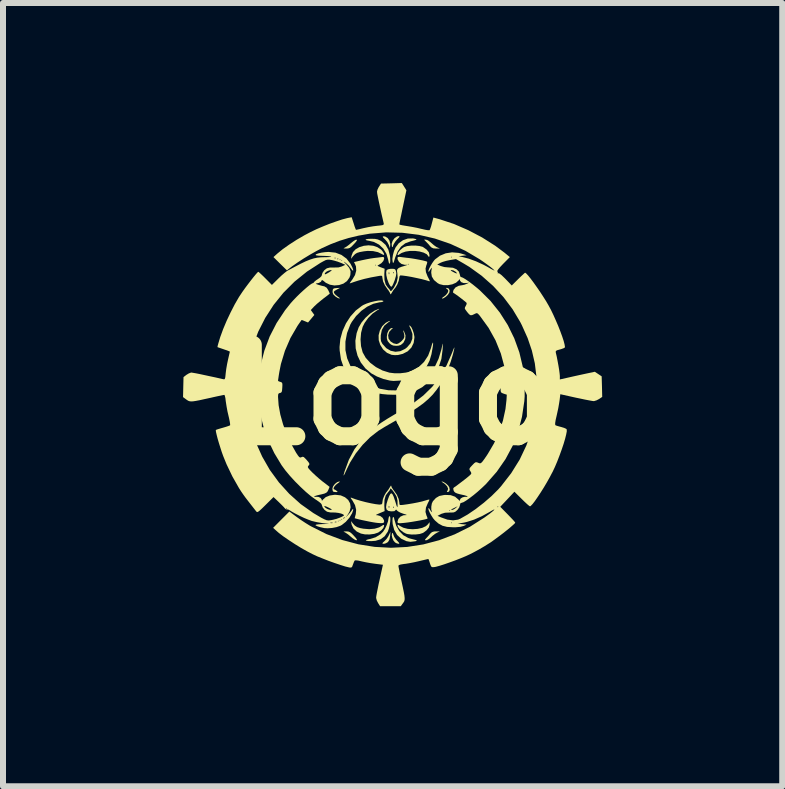
<source format=kicad_pcb>
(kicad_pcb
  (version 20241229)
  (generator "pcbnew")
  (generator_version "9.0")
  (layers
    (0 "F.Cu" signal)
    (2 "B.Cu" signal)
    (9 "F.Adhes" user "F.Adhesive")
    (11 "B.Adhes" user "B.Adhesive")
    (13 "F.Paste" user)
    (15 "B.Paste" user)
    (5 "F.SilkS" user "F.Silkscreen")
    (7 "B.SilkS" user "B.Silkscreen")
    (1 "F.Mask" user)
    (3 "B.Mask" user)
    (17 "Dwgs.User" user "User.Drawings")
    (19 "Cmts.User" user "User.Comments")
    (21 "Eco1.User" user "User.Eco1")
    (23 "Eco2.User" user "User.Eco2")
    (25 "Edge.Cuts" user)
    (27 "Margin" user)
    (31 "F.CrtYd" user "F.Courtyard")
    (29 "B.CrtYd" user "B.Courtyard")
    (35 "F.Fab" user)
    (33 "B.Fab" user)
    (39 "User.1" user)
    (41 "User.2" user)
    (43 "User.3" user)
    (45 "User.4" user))
  (footprint "Logo"
    (layer "F.Cu")
    (at 3.485 3.53)
    (property "Reference" "Logo" (at 0 0 0) (layer "F.SilkS") (effects (font (size 1.524 1.524) (thickness 0.3))))
    (attr board_only exclude_from_pos_files exclude_from_bom)
    (fp_poly (pts (xy -0.113 -2.637) (xy -0.074 -2.613) (xy -0.045 -2.57) (xy -0.032 -2.515) (xy -0.033 -2.492) (xy -0.037 -2.445) (xy -0.057 -2.5) (xy -0.082 -2.548) (xy -0.118 -2.59) (xy -0.122 -2.594) (xy -0.152 -2.624) (xy -0.157 -2.64) (xy -0.135 -2.642)) (stroke (width 0) (type solid)) (fill yes) (layer "F.SilkS"))
    (fp_poly (pts (xy -0.035 2.355) (xy -0.046 2.413) (xy -0.068 2.449) (xy -0.074 2.455) (xy -0.105 2.473) (xy -0.136 2.482) (xy -0.159 2.48) (xy -0.163 2.473) (xy -0.153 2.459) (xy -0.127 2.436) (xy -0.124 2.433) (xy -0.093 2.4) (xy -0.063 2.355) (xy -0.057 2.342) (xy -0.028 2.281)) (stroke (width 0) (type solid)) (fill yes) (layer "F.SilkS"))
    (fp_poly (pts (xy 0.123 -2.642) (xy 0.118 -2.629) (xy 0.094 -2.602) (xy 0.084 -2.593) (xy 0.05 -2.552) (xy 0.024 -2.509) (xy 0.018 -2.493) (xy 0.008 -2.464) (xy 0.000007 -2.463) (xy -0.004 -2.47) (xy -0.008 -2.517) (xy 0.008 -2.567) (xy 0.039 -2.61) (xy 0.08 -2.639) (xy 0.11 -2.646)) (stroke (width 0) (type solid)) (fill yes) (layer "F.SilkS"))
    (fp_poly (pts (xy 0.594 -2.576) (xy 0.632 -2.549) (xy 0.652 -2.532) (xy 0.693 -2.496) (xy 0.735 -2.466) (xy 0.751 -2.458) (xy 0.795 -2.439) (xy 0.731 -2.438) (xy 0.684 -2.442) (xy 0.652 -2.458) (xy 0.634 -2.476) (xy 0.599 -2.517) (xy 0.566 -2.551) (xy 0.531 -2.586) (xy 0.564 -2.586)) (stroke (width 0) (type solid)) (fill yes) (layer "F.SilkS"))
    (fp_poly (pts (xy 0.017 2.318) (xy 0.02 2.331) (xy 0.035 2.368) (xy 0.065 2.411) (xy 0.082 2.429) (xy 0.111 2.461) (xy 0.12 2.477) (xy 0.109 2.482) (xy 0.108 2.482) (xy 0.075 2.474) (xy 0.048 2.459) (xy 0.022 2.429) (xy 0.003 2.385) (xy -0.007 2.34) (xy -0.002 2.307) (xy 0.008 2.299)) (stroke (width 0) (type solid)) (fill yes) (layer "F.SilkS"))
    (fp_poly (pts (xy 0.795 2.275) (xy 0.751 2.295) (xy 0.713 2.317) (xy 0.67 2.351) (xy 0.652 2.368) (xy 0.615 2.4) (xy 0.581 2.419) (xy 0.567 2.423) (xy 0.547 2.421) (xy 0.547 2.413) (xy 0.566 2.39) (xy 0.569 2.387) (xy 0.604 2.349) (xy 0.634 2.313) (xy 0.663 2.287) (xy 0.699 2.276) (xy 0.731 2.275)) (stroke (width 0) (type solid)) (fill yes) (layer "F.SilkS"))
    (fp_poly (pts (xy 0.857 1.452) (xy 0.896 1.477) (xy 0.931 1.509) (xy 0.951 1.538) (xy 0.959 1.58) (xy 0.949 1.61) (xy 0.925 1.62) (xy 0.911 1.616) (xy 0.92 1.6) (xy 0.922 1.597) (xy 0.932 1.565) (xy 0.917 1.526) (xy 0.882 1.488) (xy 0.859 1.471) (xy 0.832 1.453) (xy 0.823 1.443) (xy 0.825 1.442)) (stroke (width 0) (type solid)) (fill yes) (layer "F.SilkS"))
    (fp_poly (pts (xy -0.731 2.277) (xy -0.703 2.288) (xy -0.673 2.312) (xy -0.638 2.348) (xy -0.603 2.388) (xy -0.587 2.412) (xy -0.59 2.421) (xy -0.597 2.423) (xy -0.623 2.413) (xy -0.66 2.388) (xy -0.689 2.364) (xy -0.731 2.328) (xy -0.77 2.301) (xy -0.789 2.29) (xy -0.809 2.281) (xy -0.805 2.277) (xy -0.776 2.275) (xy -0.765 2.275)) (stroke (width 0) (type solid)) (fill yes) (layer "F.SilkS"))
    (fp_poly (pts (xy -0.586 -2.582) (xy -0.592 -2.566) (xy -0.617 -2.534) (xy -0.638 -2.512) (xy -0.677 -2.471) (xy -0.706 -2.449) (xy -0.735 -2.44) (xy -0.765 -2.438) (xy -0.801 -2.44) (xy -0.81 -2.443) (xy -0.795 -2.451) (xy -0.789 -2.454) (xy -0.758 -2.472) (xy -0.717 -2.503) (xy -0.689 -2.527) (xy -0.649 -2.559) (xy -0.615 -2.581) (xy -0.597 -2.586)) (stroke (width 0) (type solid)) (fill yes) (layer "F.SilkS"))
    (fp_poly (pts (xy 0.942 -1.772) (xy 0.958 -1.741) (xy 0.953 -1.706) (xy 0.929 -1.668) (xy 0.893 -1.634) (xy 0.855 -1.61) (xy 0.834 -1.605) (xy 0.829 -1.611) (xy 0.847 -1.628) (xy 0.859 -1.635) (xy 0.896 -1.665) (xy 0.923 -1.7) (xy 0.925 -1.703) (xy 0.935 -1.734) (xy 0.926 -1.754) (xy 0.914 -1.763) (xy 0.897 -1.778) (xy 0.904 -1.783) (xy 0.909 -1.783)) (stroke (width 0) (type solid)) (fill yes) (layer "F.SilkS"))
    (fp_poly (pts (xy -0.873 1.448) (xy -0.891 1.464) (xy -0.902 1.471) (xy -0.937 1.498) (xy -0.963 1.528) (xy -0.977 1.554) (xy -0.973 1.571) (xy -0.97 1.572) (xy -0.947 1.584) (xy -0.927 1.598) (xy -0.909 1.613) (xy -0.916 1.619) (xy -0.938 1.62) (xy -0.97 1.616) (xy -0.986 1.61) (xy -0.993 1.589) (xy -0.996 1.559) (xy -0.984 1.522) (xy -0.954 1.484) (xy -0.916 1.454) (xy -0.879 1.442)) (stroke (width 0) (type solid)) (fill yes) (layer "F.SilkS"))
    (fp_poly (pts (xy -0.925 -1.753) (xy -0.96 -1.732) (xy -0.972 -1.716) (xy -0.967 -1.696) (xy -0.965 -1.693) (xy -0.942 -1.665) (xy -0.906 -1.637) (xy -0.902 -1.634) (xy -0.876 -1.615) (xy -0.875 -1.606) (xy -0.879 -1.605) (xy -0.906 -1.614) (xy -0.942 -1.637) (xy -0.951 -1.644) (xy -0.983 -1.677) (xy -0.993 -1.71) (xy -0.993 -1.73) (xy -0.987 -1.76) (xy -0.972 -1.774) (xy -0.937 -1.779) (xy -0.929 -1.78) (xy -0.869 -1.783)) (stroke (width 0) (type solid)) (fill yes) (layer "F.SilkS"))
    (fp_poly (pts (xy 0.372 -2.602) (xy 0.398 -2.595) (xy 0.406 -2.588) (xy 0.392 -2.581) (xy 0.354 -2.57) (xy 0.305 -2.558) (xy 0.217 -2.525) (xy 0.147 -2.47) (xy 0.092 -2.392) (xy 0.05 -2.289) (xy 0.044 -2.268) (xy 0.03 -2.221) (xy 0.02 -2.199) (xy 0.013 -2.2) (xy 0.009 -2.211) (xy 0.003 -2.262) (xy 0.012 -2.328) (xy 0.031 -2.399) (xy 0.057 -2.457) (xy 0.11 -2.527) (xy 0.18 -2.577) (xy 0.261 -2.605) (xy 0.347 -2.607)) (stroke (width 0) (type solid)) (fill yes) (layer "F.SilkS"))
    (fp_poly (pts (xy -0.284 -2.599) (xy -0.24 -2.59) (xy -0.199 -2.572) (xy -0.176 -2.558) (xy -0.109 -2.499) (xy -0.063 -2.419) (xy -0.037 -2.317) (xy -0.033 -2.28) (xy -0.032 -2.227) (xy -0.036 -2.194) (xy -0.044 -2.184) (xy -0.055 -2.199) (xy -0.065 -2.242) (xy -0.065 -2.246) (xy -0.095 -2.349) (xy -0.147 -2.436) (xy -0.219 -2.504) (xy -0.307 -2.549) (xy -0.379 -2.566) (xy -0.425 -2.575) (xy -0.444 -2.584) (xy -0.435 -2.593) (xy -0.4 -2.599) (xy -0.345 -2.601)) (stroke (width 0) (type solid)) (fill yes) (layer "F.SilkS"))
    (fp_poly (pts (xy 0.032 2.055) (xy 0.036 2.075) (xy 0.068 2.182) (xy 0.119 2.271) (xy 0.186 2.339) (xy 0.267 2.384) (xy 0.294 2.393) (xy 0.356 2.409) (xy 0.394 2.419) (xy 0.41 2.426) (xy 0.41 2.431) (xy 0.396 2.436) (xy 0.386 2.439) (xy 0.303 2.449) (xy 0.238 2.438) (xy 0.151 2.397) (xy 0.082 2.334) (xy 0.034 2.251) (xy 0.008 2.15) (xy 0.008 2.146) (xy 0.005 2.097) (xy 0.007 2.059) (xy 0.013 2.037) (xy 0.022 2.034)) (stroke (width 0) (type solid)) (fill yes) (layer "F.SilkS"))
    (fp_poly (pts (xy -0.317 -2.485) (xy -0.246 -2.461) (xy -0.185 -2.421) (xy -0.165 -2.399) (xy -0.14 -2.361) (xy -0.133 -2.337) (xy -0.145 -2.332) (xy -0.174 -2.347) (xy -0.175 -2.348) (xy -0.237 -2.378) (xy -0.319 -2.396) (xy -0.411 -2.399) (xy -0.472 -2.392) (xy -0.539 -2.38) (xy -0.585 -2.366) (xy -0.618 -2.346) (xy -0.646 -2.317) (xy -0.654 -2.308) (xy -0.686 -2.267) (xy -0.677 -2.319) (xy -0.654 -2.378) (xy -0.608 -2.427) (xy -0.546 -2.462) (xy -0.473 -2.484) (xy -0.395 -2.492)) (stroke (width 0) (type solid)) (fill yes) (layer "F.SilkS"))
    (fp_poly (pts (xy -0.654 2.144) (xy -0.621 2.18) (xy -0.583 2.204) (xy -0.533 2.22) (xy -0.479 2.23) (xy -0.383 2.238) (xy -0.292 2.23) (xy -0.217 2.208) (xy -0.185 2.19) (xy -0.153 2.17) (xy -0.138 2.166) (xy -0.134 2.178) (xy -0.134 2.182) (xy -0.147 2.218) (xy -0.18 2.256) (xy -0.228 2.291) (xy -0.238 2.296) (xy -0.298 2.316) (xy -0.374 2.326) (xy -0.453 2.325) (xy -0.521 2.311) (xy -0.591 2.277) (xy -0.644 2.227) (xy -0.674 2.167) (xy -0.677 2.155) (xy -0.686 2.103)) (stroke (width 0) (type solid)) (fill yes) (layer "F.SilkS"))
    (fp_poly (pts (xy 0.624 2.165) (xy 0.611 2.21) (xy 0.574 2.256) (xy 0.521 2.296) (xy 0.509 2.302) (xy 0.46 2.318) (xy 0.393 2.326) (xy 0.322 2.327) (xy 0.258 2.32) (xy 0.23 2.312) (xy 0.183 2.287) (xy 0.139 2.252) (xy 0.105 2.214) (xy 0.09 2.181) (xy 0.089 2.176) (xy 0.093 2.163) (xy 0.109 2.169) (xy 0.127 2.183) (xy 0.186 2.214) (xy 0.26 2.233) (xy 0.342 2.239) (xy 0.425 2.233) (xy 0.501 2.216) (xy 0.562 2.188) (xy 0.594 2.159) (xy 0.624 2.121)) (stroke (width 0) (type solid)) (fill yes) (layer "F.SilkS"))
    (fp_poly (pts (xy -0.033 2.034) (xy -0.03 2.069) (xy -0.033 2.117) (xy -0.042 2.173) (xy -0.055 2.228) (xy -0.071 2.275) (xy -0.075 2.282) (xy -0.125 2.356) (xy -0.192 2.406) (xy -0.277 2.432) (xy -0.346 2.437) (xy -0.395 2.436) (xy -0.429 2.431) (xy -0.44 2.425) (xy -0.44 2.425) (xy -0.421 2.414) (xy -0.385 2.404) (xy -0.371 2.402) (xy -0.276 2.373) (xy -0.194 2.323) (xy -0.152 2.281) (xy -0.12 2.232) (xy -0.091 2.17) (xy -0.069 2.107) (xy -0.06 2.054) (xy -0.059 2.049) (xy -0.052 2.026) (xy -0.043 2.021)) (stroke (width 0) (type solid)) (fill yes) (layer "F.SilkS"))
    (fp_poly (pts (xy 0.454 -2.481) (xy 0.507 -2.467) (xy 0.513 -2.464) (xy 0.573 -2.422) (xy 0.611 -2.376) (xy 0.622 -2.328) (xy 0.622 -2.324) (xy 0.617 -2.298) (xy 0.61 -2.299) (xy 0.606 -2.307) (xy 0.577 -2.343) (xy 0.525 -2.37) (xy 0.457 -2.389) (xy 0.38 -2.399) (xy 0.301 -2.399) (xy 0.225 -2.388) (xy 0.16 -2.366) (xy 0.13 -2.348) (xy 0.102 -2.33) (xy 0.09 -2.332) (xy 0.089 -2.338) (xy 0.101 -2.371) (xy 0.13 -2.409) (xy 0.171 -2.445) (xy 0.198 -2.463) (xy 0.247 -2.479) (xy 0.314 -2.487) (xy 0.387 -2.488)) (stroke (width 0) (type solid)) (fill yes) (layer "F.SilkS"))
    (fp_poly (pts (xy 0.011 -1.112) (xy 0.000103 -1.1) (xy -0.01 -1.093) (xy -0.049 -1.049) (xy -0.067 -0.994) (xy -0.06 -0.938) (xy -0.059 -0.936) (xy -0.026 -0.89) (xy 0.024 -0.858) (xy 0.075 -0.847) (xy 0.104 -0.857) (xy 0.141 -0.883) (xy 0.159 -0.899) (xy 0.19 -0.934) (xy 0.203 -0.965) (xy 0.202 -1.003) (xy 0.187 -1.058) (xy 0.186 -1.063) (xy 0.183 -1.077) (xy 0.193 -1.065) (xy 0.199 -1.055) (xy 0.222 -0.993) (xy 0.218 -0.93) (xy 0.19 -0.873) (xy 0.179 -0.861) (xy 0.144 -0.832) (xy 0.106 -0.82) (xy 0.067 -0.817) (xy 0.017 -0.822) (xy -0.019 -0.838) (xy -0.046 -0.861) (xy -0.076 -0.898) (xy -0.088 -0.939) (xy -0.089 -0.97) (xy -0.081 -1.026) (xy -0.06 -1.073) (xy -0.03 -1.105) (xy -0.003 -1.115)) (stroke (width 0) (type solid)) (fill yes) (layer "F.SilkS"))
    (fp_poly (pts (xy 0.027 -2.1) (xy 0.049 -2.092) (xy 0.061 -2.069) (xy 0.064 -2.058) (xy 0.069 -2.022) (xy 0.062 -1.978) (xy 0.044 -1.916) (xy 0.042 -1.91) (xy 0.022 -1.859) (xy 0.004 -1.821) (xy -0.01 -1.802) (xy -0.011 -1.802) (xy -0.028 -1.811) (xy -0.048 -1.842) (xy -0.06 -1.867) (xy -0.083 -1.931) (xy -0.097 -1.994) (xy -0.099 -2.03) (xy -0.058 -2.03) (xy -0.056 -2.011) (xy -0.05 -2.01) (xy -0.047 -2.03) (xy -0.049 -2.036) (xy 0.015 -2.036) (xy 0.02 -2.024) (xy 0.025 -2.026) (xy 0.027 -2.044) (xy 0.025 -2.046) (xy 0.016 -2.044) (xy 0.015 -2.036) (xy -0.049 -2.036) (xy -0.049 -2.039) (xy -0.056 -2.045) (xy -0.058 -2.03) (xy -0.099 -2.03) (xy -0.1 -2.045) (xy -0.092 -2.079) (xy -0.069 -2.092) (xy -0.03 -2.1) (xy -0.014 -2.101)) (stroke (width 0) (type solid)) (fill yes) (layer "F.SilkS"))
    (fp_poly (pts (xy -0.041 -1.224) (xy -0.069 -1.205) (xy -0.132 -1.152) (xy -0.172 -1.082) (xy -0.19 -0.994) (xy -0.19 -0.989) (xy -0.191 -0.933) (xy -0.185 -0.893) (xy -0.168 -0.859) (xy -0.161 -0.848) (xy -0.098 -0.778) (xy -0.025 -0.735) (xy 0.054 -0.718) (xy 0.136 -0.728) (xy 0.215 -0.766) (xy 0.248 -0.792) (xy 0.306 -0.86) (xy 0.336 -0.935) (xy 0.338 -1.014) (xy 0.312 -1.092) (xy 0.292 -1.134) (xy 0.284 -1.153) (xy 0.288 -1.157) (xy 0.299 -1.151) (xy 0.321 -1.125) (xy 0.342 -1.08) (xy 0.36 -1.026) (xy 0.37 -0.973) (xy 0.371 -0.954) (xy 0.358 -0.865) (xy 0.32 -0.788) (xy 0.259 -0.726) (xy 0.178 -0.684) (xy 0.097 -0.664) (xy 0.044 -0.662) (xy -0.006 -0.667) (xy -0.011 -0.668) (xy -0.087 -0.701) (xy -0.152 -0.758) (xy -0.199 -0.834) (xy -0.224 -0.911) (xy -0.226 -0.993) (xy -0.205 -1.073) (xy -0.166 -1.144) (xy -0.111 -1.198) (xy -0.089 -1.211) (xy -0.052 -1.229) (xy -0.035 -1.233)) (stroke (width 0) (type solid)) (fill yes) (layer "F.SilkS"))
    (fp_poly (pts (xy 1.035 -0.771) (xy 1.024 -0.722) (xy 1.011 -0.669) (xy 0.975 -0.55) (xy 0.929 -0.427) (xy 0.876 -0.307) (xy 0.821 -0.203) (xy 0.8 -0.169) (xy 0.738 -0.081) (xy 0.673 -0.001) (xy 0.6 0.072) (xy 0.517 0.143) (xy 0.419 0.214) (xy 0.301 0.289) (xy 0.161 0.371) (xy 0.119 0.395) (xy 0.032 0.444) (xy -0.052 0.492) (xy -0.128 0.536) (xy -0.189 0.574) (xy -0.23 0.599) (xy -0.365 0.704) (xy -0.492 0.832) (xy -0.606 0.975) (xy -0.702 1.128) (xy -0.751 1.228) (xy -0.781 1.294) (xy -0.8 1.333) (xy -0.809 1.345) (xy -0.808 1.329) (xy -0.796 1.286) (xy -0.794 1.277) (xy -0.722 1.082) (xy -0.629 0.907) (xy -0.514 0.75) (xy -0.471 0.703) (xy -0.407 0.639) (xy -0.341 0.581) (xy -0.269 0.524) (xy -0.184 0.465) (xy -0.083 0.4) (xy 0.039 0.327) (xy 0.052 0.32) (xy 0.132 0.273) (xy 0.208 0.227) (xy 0.275 0.187) (xy 0.327 0.155) (xy 0.349 0.14) (xy 0.519 0.011) (xy 0.668 -0.135) (xy 0.796 -0.301) (xy 0.905 -0.488) (xy 0.991 -0.684) (xy 1.016 -0.747) (xy 1.031 -0.783) (xy 1.037 -0.791)) (stroke (width 0) (type solid)) (fill yes) (layer "F.SilkS"))
    (fp_poly (pts (xy -0.214 -1.432) (xy -0.228 -1.421) (xy -0.254 -1.406) (xy -0.329 -1.353) (xy -0.4 -1.281) (xy -0.459 -1.199) (xy -0.492 -1.133) (xy -0.518 -1.034) (xy -0.527 -0.924) (xy -0.519 -0.812) (xy -0.493 -0.713) (xy -0.492 -0.709) (xy -0.441 -0.618) (xy -0.366 -0.535) (xy -0.272 -0.464) (xy -0.163 -0.407) (xy -0.045 -0.37) (xy -0.044 -0.37) (xy 0.04 -0.36) (xy 0.134 -0.36) (xy 0.227 -0.371) (xy 0.308 -0.39) (xy 0.335 -0.4) (xy 0.441 -0.463) (xy 0.53 -0.548) (xy 0.599 -0.653) (xy 0.645 -0.775) (xy 0.646 -0.779) (xy 0.662 -0.836) (xy 0.674 -0.867) (xy 0.681 -0.872) (xy 0.682 -0.849) (xy 0.678 -0.81) (xy 0.655 -0.678) (xy 0.623 -0.57) (xy 0.579 -0.482) (xy 0.521 -0.411) (xy 0.447 -0.351) (xy 0.401 -0.323) (xy 0.28 -0.27) (xy 0.15 -0.239) (xy 0.021 -0.232) (xy -0.037 -0.238) (xy -0.144 -0.264) (xy -0.253 -0.306) (xy -0.347 -0.358) (xy -0.446 -0.441) (xy -0.523 -0.54) (xy -0.577 -0.653) (xy -0.608 -0.775) (xy -0.613 -0.902) (xy -0.592 -1.029) (xy -0.558 -1.125) (xy -0.51 -1.206) (xy -0.446 -1.283) (xy -0.372 -1.351) (xy -0.294 -1.403) (xy -0.223 -1.433)) (stroke (width 0) (type solid)) (fill yes) (layer "F.SilkS"))
    (fp_poly (pts (xy -0.151 -1.568) (xy -0.148 -1.565) (xy -0.149 -1.555) (xy -0.177 -1.546) (xy -0.213 -1.542) (xy -0.314 -1.518) (xy -0.417 -1.469) (xy -0.514 -1.4) (xy -0.601 -1.314) (xy -0.672 -1.217) (xy -0.697 -1.173) (xy -0.752 -1.03) (xy -0.779 -0.887) (xy -0.779 -0.746) (xy -0.75 -0.609) (xy -0.695 -0.48) (xy -0.635 -0.389) (xy -0.574 -0.322) (xy -0.493 -0.254) (xy -0.404 -0.191) (xy -0.334 -0.152) (xy -0.204 -0.102) (xy -0.063 -0.077) (xy 0.083 -0.074) (xy 0.227 -0.096) (xy 0.364 -0.14) (xy 0.42 -0.167) (xy 0.529 -0.241) (xy 0.625 -0.34) (xy 0.707 -0.461) (xy 0.773 -0.601) (xy 0.82 -0.756) (xy 0.83 -0.803) (xy 0.837 -0.839) (xy 0.842 -0.855) (xy 0.843 -0.847) (xy 0.843 -0.814) (xy 0.84 -0.753) (xy 0.84 -0.751) (xy 0.82 -0.599) (xy 0.774 -0.458) (xy 0.704 -0.331) (xy 0.613 -0.22) (xy 0.501 -0.128) (xy 0.373 -0.058) (xy 0.266 -0.022) (xy 0.201 -0.01) (xy 0.116 -0.004) (xy 0.021 -0.002) (xy -0.075 -0.005) (xy -0.162 -0.013) (xy -0.216 -0.022) (xy -0.377 -0.07) (xy -0.518 -0.138) (xy -0.637 -0.225) (xy -0.733 -0.329) (xy -0.805 -0.45) (xy -0.853 -0.588) (xy -0.875 -0.74) (xy -0.877 -0.797) (xy -0.864 -0.931) (xy -0.827 -1.064) (xy -0.77 -1.191) (xy -0.695 -1.307) (xy -0.606 -1.406) (xy -0.505 -1.483) (xy -0.478 -1.499) (xy -0.423 -1.523) (xy -0.359 -1.544) (xy -0.293 -1.56) (xy -0.231 -1.571) (xy -0.181 -1.574)) (stroke (width 0) (type solid)) (fill yes) (layer "F.SilkS"))
    (fp_poly (pts (xy 0.137 -2.298) (xy 0.18 -2.292) (xy 0.236 -2.285) (xy 0.275 -2.281) (xy 0.326 -2.274) (xy 0.387 -2.264) (xy 0.451 -2.252) (xy 0.51 -2.24) (xy 0.557 -2.228) (xy 0.582 -2.22) (xy 0.582 -2.22) (xy 0.584 -2.204) (xy 0.575 -2.171) (xy 0.57 -2.161) (xy 0.556 -2.104) (xy 0.563 -2.044) (xy 0.59 -1.974) (xy 0.603 -1.949) (xy 0.623 -1.911) (xy 0.627 -1.894) (xy 0.618 -1.893) (xy 0.614 -1.894) (xy 0.563 -1.91) (xy 0.492 -1.929) (xy 0.409 -1.947) (xy 0.324 -1.965) (xy 0.243 -1.979) (xy 0.176 -1.988) (xy 0.137 -1.991) (xy 0.124 -1.979) (xy 0.119 -1.954) (xy 0.11 -1.903) (xy 0.088 -1.844) (xy 0.058 -1.792) (xy 0.045 -1.776) (xy 0.017 -1.741) (xy -0.006 -1.702) (xy -0.021 -1.678) (xy -0.029 -1.677) (xy -0.03 -1.68) (xy -0.039 -1.704) (xy -0.061 -1.74) (xy -0.075 -1.757) (xy -0.121 -1.824) (xy -0.152 -1.892) (xy -0.163 -1.952) (xy -0.163 -1.954) (xy -0.167 -1.979) (xy -0.182 -1.986) (xy -0.212 -1.983) (xy -0.351 -1.958) (xy -0.466 -1.932) (xy -0.563 -1.905) (xy -0.594 -1.895) (xy -0.646 -1.878) (xy -0.686 -1.864) (xy -0.707 -1.858) (xy -0.708 -1.858) (xy -0.703 -1.868) (xy -0.684 -1.896) (xy -0.662 -1.925) (xy -0.619 -1.997) (xy -0.599 -2.071) (xy -0.603 -2.139) (xy -0.612 -2.162) (xy -0.282 -2.162) (xy -0.275 -2.155) (xy -0.268 -2.162) (xy -0.275 -2.17) (xy -0.282 -2.162) (xy -0.612 -2.162) (xy -0.614 -2.168) (xy -0.636 -2.213) (xy -0.507 -2.243) (xy -0.435 -2.258) (xy -0.361 -2.272) (xy -0.299 -2.281) (xy -0.29 -2.282) (xy -0.236 -2.288) (xy -0.189 -2.294) (xy -0.167 -2.297) (xy -0.142 -2.297) (xy -0.134 -2.276) (xy -0.134 -2.269) (xy -0.147 -2.231) (xy -0.18 -2.194) (xy -0.224 -2.166) (xy -0.23 -2.163) (xy -0.244 -2.155) (xy -0.237 -2.146) (xy -0.206 -2.132) (xy -0.193 -2.127) (xy -0.126 -2.102) (xy -0.131 -2.01) (xy -0.128 -1.914) (xy -0.108 -1.839) (xy -0.072 -1.789) (xy -0.045 -1.759) (xy -0.032 -1.737) (xy -0.023 -1.728) (xy -0.007 -1.739) (xy 0.019 -1.773) (xy 0.029 -1.786) (xy 0.074 -1.87) (xy 0.092 -1.951) (xy 0.086 -2.027) (xy 0.08 -2.068) (xy 0.087 -2.095) (xy 0.111 -2.116) (xy 0.158 -2.135) (xy 0.183 -2.142) (xy 0.26 -2.167) (xy 0.205 -2.168) (xy 0.172 -2.177) (xy 0.268 -2.177) (xy 0.275 -2.17) (xy 0.282 -2.177) (xy 0.275 -2.185) (xy 0.268 -2.177) (xy 0.172 -2.177) (xy 0.155 -2.182) (xy 0.114 -2.215) (xy 0.091 -2.258) (xy 0.089 -2.277) (xy 0.094 -2.296) (xy 0.114 -2.3)) (stroke (width 0) (type solid)) (fill yes) (layer "F.SilkS"))
    (fp_poly (pts (xy -0.015 1.515) (xy -0.015 1.519) (xy -0.006 1.545) (xy 0.018 1.581) (xy 0.03 1.596) (xy 0.078 1.664) (xy 0.109 1.737) (xy 0.119 1.796) (xy 0.121 1.824) (xy 0.131 1.835) (xy 0.159 1.835) (xy 0.182 1.833) (xy 0.26 1.822) (xy 0.345 1.808) (xy 0.428 1.792) (xy 0.499 1.776) (xy 0.55 1.761) (xy 0.551 1.761) (xy 0.59 1.749) (xy 0.615 1.744) (xy 0.62 1.744) (xy 0.617 1.759) (xy 0.602 1.79) (xy 0.596 1.8) (xy 0.563 1.878) (xy 0.555 1.95) (xy 0.571 2.008) (xy 0.585 2.041) (xy 0.589 2.06) (xy 0.589 2.062) (xy 0.57 2.069) (xy 0.529 2.079) (xy 0.471 2.091) (xy 0.404 2.103) (xy 0.334 2.115) (xy 0.268 2.125) (xy 0.212 2.132) (xy 0.202 2.133) (xy 0.145 2.138) (xy 0.111 2.138) (xy 0.095 2.134) (xy 0.09 2.122) (xy 0.089 2.114) (xy 0.103 2.067) (xy 0.138 2.029) (xy 0.186 2.007) (xy 0.205 2.005) (xy 0.235 2.004) (xy 0.243 2.001) (xy 0.227 1.994) (xy 0.184 1.98) (xy 0.181 1.979) (xy 0.133 1.961) (xy 0.096 1.94) (xy 0.082 1.928) (xy 0.066 1.911) (xy 0.056 1.919) (xy 0.055 1.923) (xy 0.036 1.938) (xy -0.007 1.941) (xy -0.018 1.941) (xy -0.065 1.933) (xy -0.093 1.911) (xy -0.102 1.873) (xy -0.101 1.864) (xy -0.058 1.864) (xy -0.056 1.883) (xy -0.05 1.884) (xy -0.049 1.873) (xy 0.015 1.873) (xy 0.02 1.885) (xy 0.025 1.883) (xy 0.027 1.865) (xy 0.025 1.863) (xy 0.016 1.865) (xy 0.015 1.873) (xy -0.049 1.873) (xy -0.047 1.864) (xy -0.049 1.855) (xy -0.056 1.849) (xy -0.058 1.864) (xy -0.101 1.864) (xy -0.094 1.816) (xy -0.074 1.75) (xy -0.051 1.688) (xy -0.031 1.651) (xy -0.013 1.64) (xy 0.005 1.655) (xy 0.025 1.697) (xy 0.049 1.768) (xy 0.061 1.806) (xy 0.075 1.851) (xy 0.084 1.871) (xy 0.088 1.866) (xy 0.09 1.85) (xy 0.089 1.764) (xy 0.075 1.701) (xy 0.065 1.68) (xy 0.036 1.633) (xy 0.008 1.594) (xy -0.015 1.567) (xy -0.028 1.559) (xy -0.03 1.563) (xy -0.04 1.588) (xy -0.064 1.618) (xy -0.066 1.62) (xy -0.107 1.675) (xy -0.128 1.75) (xy -0.131 1.845) (xy -0.131 1.846) (xy -0.126 1.937) (xy -0.208 1.971) (xy -0.251 1.99) (xy -0.269 2) (xy -0.265 2.005) (xy -0.244 2.006) (xy -0.198 2.019) (xy -0.158 2.05) (xy -0.136 2.091) (xy -0.134 2.108) (xy -0.138 2.126) (xy -0.154 2.136) (xy -0.187 2.138) (xy -0.242 2.134) (xy -0.275 2.13) (xy -0.318 2.123) (xy -0.374 2.113) (xy -0.437 2.1) (xy -0.5 2.087) (xy -0.556 2.074) (xy -0.599 2.063) (xy -0.622 2.056) (xy -0.624 2.055) (xy -0.62 2.037) (xy -0.611 2.002) (xy -0.607 1.99) (xy -0.6 1.916) (xy -0.619 1.837) (xy -0.662 1.76) (xy -0.666 1.755) (xy -0.688 1.724) (xy -0.692 1.712) (xy -0.679 1.714) (xy -0.675 1.716) (xy -0.609 1.74) (xy -0.527 1.765) (xy -0.439 1.788) (xy -0.353 1.807) (xy -0.276 1.821) (xy -0.218 1.828) (xy -0.209 1.828) (xy -0.177 1.824) (xy -0.165 1.808) (xy -0.163 1.79) (xy -0.155 1.739) (xy -0.132 1.68) (xy -0.102 1.628) (xy -0.089 1.613) (xy -0.062 1.577) (xy -0.038 1.538) (xy -0.022 1.513)) (stroke (width 0) (type solid)) (fill yes) (layer "F.SilkS"))
    (fp_poly (pts (xy -0.945 -2.37) (xy -0.845 -2.332) (xy -0.76 -2.27) (xy -0.693 -2.183) (xy -0.662 -2.121) (xy -0.649 -2.082) (xy -0.651 -2.068) (xy -0.666 -2.079) (xy -0.693 -2.115) (xy -0.694 -2.116) (xy -0.729 -2.16) (xy -0.772 -2.198) (xy -0.776 -2.201) (xy -0.801 -2.218) (xy -0.807 -2.22) (xy -0.794 -2.205) (xy -0.764 -2.175) (xy -0.715 -2.115) (xy -0.693 -2.058) (xy -0.697 -1.996) (xy -0.712 -1.954) (xy -0.753 -1.896) (xy -0.812 -1.854) (xy -0.884 -1.83) (xy -0.962 -1.823) (xy -1.038 -1.836) (xy -1.106 -1.868) (xy -1.129 -1.887) (xy -1.158 -1.91) (xy -1.173 -1.913) (xy -1.174 -1.909) (xy -1.187 -1.885) (xy -1.221 -1.866) (xy -1.265 -1.856) (xy -1.266 -1.856) (xy -1.273 -1.852) (xy -1.256 -1.843) (xy -1.22 -1.831) (xy -1.169 -1.817) (xy -1.129 -1.808) (xy -1.091 -1.785) (xy -1.066 -1.746) (xy -1.05 -1.712) (xy -1.041 -1.691) (xy -1.04 -1.688) (xy -1.051 -1.678) (xy -1.081 -1.654) (xy -1.123 -1.622) (xy -1.141 -1.609) (xy -1.197 -1.564) (xy -1.252 -1.518) (xy -1.295 -1.478) (xy -1.299 -1.474) (xy -1.356 -1.414) (xy -1.297 -1.332) (xy -1.349 -1.269) (xy -1.402 -1.206) (xy -1.453 -1.227) (xy -1.487 -1.241) (xy -1.507 -1.248) (xy -1.508 -1.248) (xy -1.517 -1.237) (xy -1.539 -1.206) (xy -1.569 -1.163) (xy -1.58 -1.146) (xy -1.695 -0.948) (xy -1.787 -0.735) (xy -1.854 -0.514) (xy -1.88 -0.383) (xy -1.89 -0.322) (xy -1.897 -0.273) (xy -1.902 -0.242) (xy -1.902 -0.236) (xy -1.89 -0.225) (xy -1.865 -0.217) (xy -1.843 -0.209) (xy -1.832 -0.195) (xy -1.829 -0.167) (xy -1.831 -0.122) (xy -1.835 -0.073) (xy -1.842 -0.047) (xy -1.856 -0.035) (xy -1.869 -0.032) (xy -1.89 -0.025) (xy -1.9 -0.005) (xy -1.902 0.034) (xy -1.892 0.173) (xy -1.864 0.327) (xy -1.819 0.488) (xy -1.76 0.651) (xy -1.688 0.808) (xy -1.607 0.953) (xy -1.602 0.962) (xy -1.571 1.009) (xy -1.55 1.035) (xy -1.534 1.044) (xy -1.517 1.041) (xy -1.512 1.038) (xy -1.491 1.031) (xy -1.472 1.037) (xy -1.447 1.061) (xy -1.424 1.086) (xy -1.393 1.123) (xy -1.38 1.146) (xy -1.381 1.163) (xy -1.393 1.178) (xy -1.404 1.193) (xy -1.404 1.208) (xy -1.391 1.229) (xy -1.361 1.262) (xy -1.337 1.287) (xy -1.284 1.337) (xy -1.221 1.393) (xy -1.158 1.445) (xy -1.149 1.451) (xy -1.043 1.533) (xy -1.062 1.579) (xy -1.077 1.61) (xy -1.097 1.63) (xy -1.129 1.645) (xy -1.179 1.658) (xy -1.207 1.664) (xy -1.254 1.675) (xy -1.288 1.686) (xy -1.3 1.693) (xy -1.293 1.7) (xy -1.272 1.698) (xy -1.23 1.7) (xy -1.195 1.716) (xy -1.175 1.742) (xy -1.174 1.75) (xy -1.171 1.765) (xy -1.16 1.755) (xy -1.152 1.744) (xy -1.107 1.704) (xy -1.041 1.677) (xy -0.96 1.665) (xy -0.943 1.665) (xy -0.857 1.675) (xy -0.786 1.706) (xy -0.733 1.751) (xy -0.701 1.808) (xy -0.692 1.873) (xy -0.709 1.941) (xy -0.735 1.988) (xy -0.776 2.044) (xy -0.731 1.997) (xy -0.7 1.961) (xy -0.676 1.929) (xy -0.672 1.923) (xy -0.656 1.901) (xy -0.649 1.903) (xy -0.651 1.924) (xy -0.663 1.958) (xy -0.668 1.972) (xy -0.712 2.046) (xy -0.772 2.115) (xy -0.839 2.168) (xy -0.867 2.183) (xy -0.928 2.204) (xy -1.002 2.218) (xy -1.076 2.223) (xy -1.13 2.22) (xy -1.198 2.205) (xy -1.248 2.189) (xy -1.275 2.175) (xy -1.278 2.169) (xy -1.265 2.162) (xy -1.228 2.157) (xy -1.177 2.154) (xy -1.163 2.153) (xy -1.048 2.151) (xy -1.152 2.138) (xy -1.167 2.136) (xy -1.031 2.136) (xy -1.011 2.138) (xy -0.99 2.136) (xy -0.992 2.13) (xy -1.022 2.128) (xy -1.029 2.13) (xy -1.031 2.136) (xy -1.167 2.136) (xy -1.22 2.127) (xy -1.248 2.122) (xy -0.96 2.122) (xy -0.945 2.124) (xy -0.926 2.121) (xy -0.925 2.116) (xy -0.945 2.113) (xy -0.954 2.115) (xy -0.96 2.122) (xy -1.248 2.122) (xy -1.29 2.113) (xy -1.331 2.103) (xy -0.907 2.103) (xy -0.899 2.11) (xy -0.892 2.103) (xy -0.899 2.096) (xy -0.907 2.103) (xy -1.331 2.103) (xy -1.337 2.102) (xy -1.394 2.081) (xy -1.467 2.051) (xy -1.545 2.014) (xy -1.619 1.976) (xy -1.679 1.942) (xy -1.698 1.929) (xy -1.729 1.912) (xy -1.751 1.909) (xy -1.753 1.909) (xy -1.771 1.906) (xy -1.783 1.895) (xy -1.769 1.895) (xy -1.761 1.902) (xy -1.754 1.895) (xy -1.761 1.888) (xy -1.769 1.895) (xy -1.783 1.895) (xy -1.787 1.892) (xy -1.807 1.869) (xy -1.842 1.833) (xy -1.885 1.791) (xy -1.892 1.784) (xy -1.977 1.703) (xy -2.11 1.835) (xy -2.166 1.89) (xy -2.205 1.926) (xy -2.231 1.946) (xy -2.248 1.953) (xy -2.259 1.948) (xy -2.263 1.945) (xy -2.338 1.849) (xy -2.398 1.772) (xy -2.446 1.71) (xy -2.484 1.657) (xy -2.517 1.609) (xy -2.547 1.562) (xy -2.554 1.551) (xy -2.663 1.359) (xy -2.76 1.156) (xy -2.815 1.021) (xy -2.84 0.952) (xy -2.864 0.877) (xy -2.888 0.8) (xy -2.909 0.728) (xy -2.925 0.665) (xy -2.936 0.617) (xy -2.939 0.589) (xy -2.938 0.585) (xy -2.922 0.578) (xy -2.884 0.566) (xy -2.833 0.551) (xy -2.822 0.548) (xy -2.768 0.532) (xy -2.726 0.518) (xy -2.703 0.508) (xy -2.701 0.507) (xy -2.7 0.489) (xy -2.706 0.449) (xy -2.717 0.394) (xy -2.726 0.355) (xy -2.744 0.278) (xy -2.759 0.197) (xy -2.77 0.126) (xy -2.773 0.107) (xy -2.779 0.055) (xy -2.788 0.017) (xy -2.795 0.000202) (xy -2.796 0) (xy -2.815 0.003) (xy -2.857 0.012) (xy -2.916 0.024) (xy -2.988 0.04) (xy -3.013 0.046) (xy -3.124 0.07) (xy -3.209 0.089) (xy -3.273 0.101) (xy -3.32 0.108) (xy -3.355 0.109) (xy -3.381 0.105) (xy -3.401 0.097) (xy -3.421 0.084) (xy -3.431 0.077) (xy -3.485 0.037) (xy -3.483 -0.038) (xy -2.435 -0.038) (xy -2.433 0.03) (xy -2.406 0.292) (xy -2.352 0.547) (xy -2.272 0.793) (xy -2.166 1.029) (xy -2.038 1.252) (xy -1.887 1.459) (xy -1.715 1.649) (xy -1.524 1.82) (xy -1.314 1.969) (xy -1.182 2.047) (xy -1.129 2.074) (xy -1.091 2.089) (xy -1.057 2.093) (xy -1.021 2.088) (xy -0.877 2.088) (xy -0.869 2.096) (xy -0.862 2.088) (xy -0.869 2.081) (xy -0.877 2.088) (xy -1.021 2.088) (xy -1.015 2.087) (xy -0.981 2.08) (xy -0.955 2.073) (xy -0.847 2.073) (xy -0.84 2.081) (xy -0.832 2.073) (xy -0.84 2.066) (xy -0.847 2.073) (xy -0.955 2.073) (xy -0.926 2.066) (xy -0.925 2.065) (xy -0.814 2.065) (xy -0.812 2.066) (xy -0.798 2.055) (xy -0.795 2.051) (xy -0.791 2.037) (xy -0.793 2.036) (xy -0.807 2.047) (xy -0.81 2.051) (xy -0.814 2.065) (xy -0.925 2.065) (xy -0.874 2.047) (xy -0.832 2.028) (xy -0.806 2.012) (xy -0.803 2.005) (xy -0.816 1.992) (xy -0.85 1.978) (xy -0.896 1.967) (xy -0.946 1.961) (xy -0.979 1.96) (xy -1.031 1.959) (xy -1.078 1.949) (xy -1.087 1.946) (xy -1.127 1.917) (xy -1.159 1.874) (xy -1.166 1.853) (xy -1.13 1.853) (xy -1.127 1.867) (xy -1.106 1.886) (xy -1.074 1.904) (xy -1.042 1.915) (xy -1.028 1.917) (xy -1.008 1.915) (xy -1.008 1.908) (xy -1.031 1.894) (xy -1.055 1.881) (xy -1.095 1.862) (xy -1.122 1.853) (xy -1.13 1.853) (xy -1.166 1.853) (xy -1.175 1.828) (xy -1.175 1.825) (xy -1.187 1.809) (xy -1.219 1.782) (xy -1.265 1.75) (xy -1.283 1.739) (xy -1.355 1.687) (xy -1.438 1.617) (xy -1.528 1.533) (xy -1.619 1.442) (xy -1.705 1.348) (xy -1.78 1.258) (xy -1.84 1.176) (xy -1.841 1.175) (xy -1.964 0.971) (xy -2.062 0.767) (xy -2.139 0.552) (xy -2.188 0.361) (xy -2.204 0.264) (xy -2.215 0.145) (xy -2.222 0.014) (xy -2.223 -0.121) (xy -2.219 -0.253) (xy -2.21 -0.373) (xy -2.197 -0.473) (xy -2.195 -0.482) (xy -2.13 -0.736) (xy -2.041 -0.973) (xy -1.926 -1.197) (xy -1.785 -1.41) (xy -1.69 -1.529) (xy -1.645 -1.579) (xy -1.591 -1.635) (xy -1.533 -1.692) (xy -1.474 -1.746) (xy -1.419 -1.794) (xy -1.372 -1.832) (xy -1.338 -1.855) (xy -1.321 -1.862) (xy -1.308 -1.868) (xy -1.308 -1.871) (xy -1.296 -1.886) (xy -1.267 -1.91) (xy -1.241 -1.927) (xy -1.203 -1.954) (xy -1.179 -1.978) (xy -1.174 -1.989) (xy -1.168 -2.011) (xy -1.123 -2.011) (xy -1.11 -2.01) (xy -1.079 -2.026) (xy -1.048 -2.044) (xy -1.017 -2.066) (xy -1.008 -2.078) (xy -1.014 -2.081) (xy -1.052 -2.073) (xy -1.092 -2.055) (xy -1.118 -2.032) (xy -1.121 -2.027) (xy -1.123 -2.011) (xy -1.168 -2.011) (xy -1.162 -2.032) (xy -1.132 -2.076) (xy -1.092 -2.107) (xy -1.085 -2.11) (xy -1.036 -2.122) (xy -0.976 -2.122) (xy -0.969 -2.122) (xy -0.892 -2.124) (xy -0.84 -2.14) (xy -0.78 -2.167) (xy -0.85 -2.198) (xy -0.908 -2.22) (xy -0.966 -2.237) (xy -0.847 -2.237) (xy -0.84 -2.229) (xy -0.832 -2.237) (xy -0.84 -2.244) (xy -0.847 -2.237) (xy -0.966 -2.237) (xy -0.974 -2.239) (xy -1.004 -2.246) (xy -1.04 -2.252) (xy -0.877 -2.252) (xy -0.869 -2.244) (xy -0.862 -2.252) (xy -0.869 -2.259) (xy -0.877 -2.252) (xy -1.04 -2.252) (xy -1.046 -2.253) (xy -1.077 -2.253) (xy -1.107 -2.246) (xy -1.145 -2.227) (xy -1.194 -2.2) (xy -1.42 -2.054) (xy -1.627 -1.887) (xy -1.812 -1.702) (xy -1.975 -1.5) (xy -2.115 -1.283) (xy -2.232 -1.053) (xy -2.323 -0.811) (xy -2.388 -0.56) (xy -2.425 -0.302) (xy -2.435 -0.038) (xy -3.483 -0.038) (xy -3.481 -0.13) (xy -3.477 -0.296) (xy -3.428 -0.334) (xy -3.388 -0.358) (xy -3.353 -0.371) (xy -3.346 -0.372) (xy -3.322 -0.368) (xy -3.274 -0.36) (xy -3.208 -0.347) (xy -3.129 -0.33) (xy -3.041 -0.311) (xy -2.951 -0.292) (xy -2.862 -0.272) (xy -2.815 -0.261) (xy -2.798 -0.259) (xy -2.788 -0.268) (xy -2.781 -0.293) (xy -2.776 -0.339) (xy -2.774 -0.361) (xy -2.765 -0.431) (xy -2.751 -0.512) (xy -2.735 -0.588) (xy -2.734 -0.592) (xy -2.721 -0.649) (xy -2.711 -0.693) (xy -2.705 -0.718) (xy -2.705 -0.721) (xy -2.718 -0.727) (xy -2.752 -0.741) (xy -2.8 -0.757) (xy -2.805 -0.759) (xy -2.855 -0.776) (xy -2.893 -0.789) (xy -2.911 -0.796) (xy -2.911 -0.797) (xy -2.909 -0.812) (xy -2.899 -0.85) (xy -2.883 -0.904) (xy -2.863 -0.97) (xy -2.862 -0.971) (xy -2.817 -1.095) (xy -2.759 -1.233) (xy -2.692 -1.375) (xy -2.622 -1.511) (xy -2.552 -1.632) (xy -2.532 -1.662) (xy -2.496 -1.716) (xy -2.452 -1.778) (xy -2.404 -1.842) (xy -2.356 -1.905) (xy -2.311 -1.962) (xy -2.273 -2.008) (xy -2.245 -2.04) (xy -2.23 -2.051) (xy -2.23 -2.051) (xy -2.217 -2.041) (xy -2.187 -2.014) (xy -2.146 -1.975) (xy -2.113 -1.942) (xy -2.004 -1.832) (xy -1.897 -1.938) (xy -1.846 -1.987) (xy -1.796 -2.03) (xy -1.755 -2.062) (xy -1.739 -2.072) (xy -1.619 -2.136) (xy -1.521 -2.187) (xy -1.439 -2.226) (xy -1.369 -2.254) (xy -1.322 -2.269) (xy -0.917 -2.269) (xy -0.914 -2.26) (xy -0.907 -2.259) (xy -0.894 -2.265) (xy -0.897 -2.269) (xy -0.914 -2.271) (xy -0.917 -2.269) (xy -1.322 -2.269) (xy -1.307 -2.274) (xy -1.258 -2.284) (xy -0.961 -2.284) (xy -0.959 -2.275) (xy -0.951 -2.274) (xy -0.939 -2.279) (xy -0.941 -2.284) (xy -0.959 -2.286) (xy -0.961 -2.284) (xy -1.258 -2.284) (xy -1.249 -2.286) (xy -1.189 -2.292) (xy -1.124 -2.294) (xy -1.107 -2.294) (xy -1.05 -2.296) (xy -1.02 -2.299) (xy -1.015 -2.303) (xy -1.034 -2.308) (xy -1.073 -2.313) (xy -1.132 -2.316) (xy -1.17 -2.317) (xy -1.223 -2.319) (xy -1.261 -2.324) (xy -1.278 -2.331) (xy -1.278 -2.331) (xy -1.265 -2.345) (xy -1.229 -2.358) (xy -1.178 -2.37) (xy -1.119 -2.378) (xy -1.061 -2.382) (xy -1.06 -2.382)) (stroke (width 0) (type solid)) (fill yes) (layer "F.SilkS"))
    (fp_poly (pts (xy 0.199 -3.47) (xy 0.237 -3.409) (xy 0.201 -3.239) (xy 0.184 -3.158) (xy 0.166 -3.074) (xy 0.151 -3) (xy 0.142 -2.96) (xy 0.131 -2.907) (xy 0.123 -2.864) (xy 0.119 -2.842) (xy 0.119 -2.841) (xy 0.133 -2.834) (xy 0.169 -2.826) (xy 0.222 -2.817) (xy 0.249 -2.813) (xy 0.328 -2.8) (xy 0.415 -2.783) (xy 0.491 -2.765) (xy 0.496 -2.764) (xy 0.552 -2.751) (xy 0.596 -2.744) (xy 0.622 -2.744) (xy 0.624 -2.745) (xy 0.633 -2.765) (xy 0.647 -2.804) (xy 0.661 -2.856) (xy 0.661 -2.856) (xy 0.687 -2.955) (xy 0.793 -2.926) (xy 1.029 -2.848) (xy 1.267 -2.745) (xy 1.499 -2.623) (xy 1.717 -2.485) (xy 1.871 -2.37) (xy 1.961 -2.296) (xy 1.849 -2.183) (xy 1.798 -2.129) (xy 1.765 -2.089) (xy 1.751 -2.065) (xy 1.752 -2.059) (xy 1.762 -2.04) (xy 1.759 -2.033) (xy 1.758 -2.024) (xy 1.767 -2.028) (xy 1.786 -2.023) (xy 1.822 -1.996) (xy 1.871 -1.949) (xy 1.889 -1.931) (xy 1.993 -1.823) (xy 2.1 -1.929) (xy 2.146 -1.974) (xy 2.184 -2.009) (xy 2.208 -2.031) (xy 2.216 -2.036) (xy 2.233 -2.024) (xy 2.264 -1.991) (xy 2.305 -1.94) (xy 2.353 -1.876) (xy 2.405 -1.803) (xy 2.46 -1.724) (xy 2.513 -1.643) (xy 2.563 -1.564) (xy 2.605 -1.492) (xy 2.645 -1.418) (xy 2.686 -1.333) (xy 2.727 -1.241) (xy 2.767 -1.148) (xy 2.803 -1.056) (xy 2.834 -0.971) (xy 2.858 -0.898) (xy 2.873 -0.839) (xy 2.879 -0.801) (xy 2.877 -0.789) (xy 2.859 -0.778) (xy 2.821 -0.764) (xy 2.793 -0.756) (xy 2.75 -0.744) (xy 2.729 -0.732) (xy 2.725 -0.716) (xy 2.728 -0.699) (xy 2.742 -0.639) (xy 2.756 -0.567) (xy 2.77 -0.491) (xy 2.782 -0.418) (xy 2.79 -0.358) (xy 2.794 -0.317) (xy 2.794 -0.314) (xy 2.794 -0.257) (xy 2.954 -0.293) (xy 3.038 -0.312) (xy 3.129 -0.332) (xy 3.212 -0.35) (xy 3.245 -0.357) (xy 3.377 -0.385) (xy 3.434 -0.347) (xy 3.491 -0.309) (xy 3.496 -0.138) (xy 3.5 0.034) (xy 3.448 0.069) (xy 3.406 0.091) (xy 3.367 0.103) (xy 3.359 0.104) (xy 3.333 0.101) (xy 3.283 0.092) (xy 3.215 0.079) (xy 3.135 0.062) (xy 3.062 0.047) (xy 2.802 -0.011) (xy 2.79 0.088) (xy 2.781 0.146) (xy 2.768 0.221) (xy 2.751 0.3) (xy 2.742 0.341) (xy 2.724 0.419) (xy 2.716 0.471) (xy 2.717 0.499) (xy 2.721 0.506) (xy 2.744 0.515) (xy 2.785 0.527) (xy 2.819 0.536) (xy 2.865 0.55) (xy 2.898 0.565) (xy 2.908 0.574) (xy 2.91 0.605) (xy 2.9 0.659) (xy 2.882 0.731) (xy 2.857 0.816) (xy 2.825 0.911) (xy 2.789 1.01) (xy 2.751 1.109) (xy 2.711 1.203) (xy 2.671 1.288) (xy 2.668 1.292) (xy 2.625 1.374) (xy 2.576 1.461) (xy 2.525 1.547) (xy 2.472 1.631) (xy 2.422 1.706) (xy 2.377 1.771) (xy 2.339 1.82) (xy 2.31 1.85) (xy 2.297 1.858) (xy 2.281 1.848) (xy 2.249 1.821) (xy 2.206 1.781) (xy 2.16 1.736) (xy 2.037 1.614) (xy 1.919 1.74) (xy 1.801 1.865) (xy 1.926 1.992) (xy 1.974 2.042) (xy 2.014 2.084) (xy 2.041 2.115) (xy 2.051 2.129) (xy 2.051 2.129) (xy 2.04 2.145) (xy 2.008 2.174) (xy 1.961 2.215) (xy 1.903 2.262) (xy 1.837 2.314) (xy 1.768 2.366) (xy 1.7 2.416) (xy 1.638 2.46) (xy 1.62 2.471) (xy 1.539 2.522) (xy 1.445 2.577) (xy 1.352 2.627) (xy 1.299 2.654) (xy 1.228 2.687) (xy 1.144 2.722) (xy 1.052 2.758) (xy 0.958 2.792) (xy 0.869 2.823) (xy 0.79 2.848) (xy 0.728 2.865) (xy 0.693 2.871) (xy 0.667 2.871) (xy 0.65 2.86) (xy 0.637 2.83) (xy 0.629 2.805) (xy 0.616 2.765) (xy 0.606 2.739) (xy 0.602 2.735) (xy 0.586 2.738) (xy 0.548 2.747) (xy 0.493 2.76) (xy 0.443 2.772) (xy 0.367 2.789) (xy 0.29 2.804) (xy 0.224 2.815) (xy 0.197 2.818) (xy 0.141 2.827) (xy 0.111 2.837) (xy 0.104 2.849) (xy 0.107 2.87) (xy 0.116 2.915) (xy 0.128 2.978) (xy 0.144 3.054) (xy 0.156 3.107) (xy 0.178 3.209) (xy 0.194 3.287) (xy 0.204 3.344) (xy 0.208 3.386) (xy 0.207 3.416) (xy 0.201 3.439) (xy 0.189 3.459) (xy 0.178 3.474) (xy 0.143 3.522) (xy -0.201 3.522) (xy -0.234 3.47) (xy -0.256 3.427) (xy -0.267 3.385) (xy -0.267 3.378) (xy -0.264 3.35) (xy -0.255 3.299) (xy -0.241 3.23) (xy -0.225 3.15) (xy -0.21 3.084) (xy -0.154 2.831) (xy -0.289 2.814) (xy -0.364 2.803) (xy -0.441 2.789) (xy -0.507 2.775) (xy -0.519 2.772) (xy -0.568 2.761) (xy -0.607 2.757) (xy -0.624 2.76) (xy -0.636 2.781) (xy -0.65 2.818) (xy -0.654 2.828) (xy -0.667 2.864) (xy -0.683 2.878) (xy -0.709 2.877) (xy -0.719 2.875) (xy -0.781 2.86) (xy -0.863 2.834) (xy -0.958 2.802) (xy -1.059 2.766) (xy -1.158 2.727) (xy -1.25 2.69) (xy -1.325 2.655) (xy -1.414 2.609) (xy -1.515 2.552) (xy -1.619 2.488) (xy -1.72 2.422) (xy -1.812 2.359) (xy -1.887 2.302) (xy -1.917 2.276) (xy -1.984 2.216) (xy -1.849 2.08) (xy -1.713 1.944) (xy -1.592 2.034) (xy -1.523 2.083) (xy -1.444 2.135) (xy -1.371 2.18) (xy -1.351 2.191) (xy -1.094 2.32) (xy -0.831 2.419) (xy -0.563 2.49) (xy -0.292 2.533) (xy -0.021 2.548) (xy 0.25 2.534) (xy 0.519 2.492) (xy 0.783 2.422) (xy 1.042 2.324) (xy 1.294 2.199) (xy 1.536 2.045) (xy 1.561 2.027) (xy 1.626 1.98) (xy 1.672 1.943) (xy 1.698 1.919) (xy 1.704 1.909) (xy 1.688 1.914) (xy 1.65 1.935) (xy 1.627 1.949) (xy 1.496 2.021) (xy 1.367 2.078) (xy 1.246 2.117) (xy 1.198 2.128) (xy 1.092 2.147) (xy 1.167 2.155) (xy 1.241 2.162) (xy 1.189 2.185) (xy 1.136 2.199) (xy 1.06 2.206) (xy 1.011 2.206) (xy 0.915 2.2) (xy 0.839 2.181) (xy 0.773 2.145) (xy 0.759 2.133) (xy 0.981 2.133) (xy 0.988 2.14) (xy 0.996 2.133) (xy 0.988 2.125) (xy 0.981 2.133) (xy 0.759 2.133) (xy 0.713 2.093) (xy 0.684 2.059) (xy 0.655 2.014) (xy 0.629 1.968) (xy 0.61 1.926) (xy 0.602 1.897) (xy 0.605 1.888) (xy 0.616 1.892) (xy 0.62 1.898) (xy 0.635 1.923) (xy 0.651 1.944) (xy 0.666 1.958) (xy 0.664 1.952) (xy 0.656 1.925) (xy 0.951 1.925) (xy 0.959 1.932) (xy 0.966 1.925) (xy 0.959 1.917) (xy 0.951 1.925) (xy 0.656 1.925) (xy 0.652 1.914) (xy 0.652 1.912) (xy 0.983 1.912) (xy 0.988 1.917) (xy 0.999 1.917) (xy 1.026 1.908) (xy 1.057 1.887) (xy 1.092 1.856) (xy 1.04 1.881) (xy 1 1.901) (xy 0.983 1.912) (xy 0.652 1.912) (xy 0.652 1.863) (xy 0.661 1.81) (xy 0.679 1.772) (xy 0.729 1.718) (xy 0.785 1.685) (xy 0.857 1.67) (xy 0.882 1.667) (xy 0.975 1.671) (xy 1.048 1.697) (xy 1.103 1.744) (xy 1.122 1.765) (xy 1.128 1.762) (xy 1.129 1.75) (xy 1.142 1.726) (xy 1.174 1.707) (xy 1.213 1.698) (xy 1.237 1.699) (xy 1.255 1.7) (xy 1.256 1.694) (xy 1.237 1.683) (xy 1.202 1.672) (xy 1.2 1.672) (xy 1.128 1.656) (xy 1.08 1.642) (xy 1.05 1.628) (xy 1.032 1.61) (xy 1.024 1.594) (xy 1.017 1.562) (xy 1.028 1.545) (xy 1.03 1.543) (xy 1.055 1.527) (xy 1.095 1.497) (xy 1.145 1.459) (xy 1.199 1.418) (xy 1.248 1.379) (xy 1.277 1.355) (xy 1.308 1.327) (xy 1.319 1.309) (xy 1.314 1.29) (xy 1.303 1.272) (xy 1.289 1.249) (xy 1.288 1.231) (xy 1.301 1.209) (xy 1.332 1.175) (xy 1.334 1.173) (xy 1.367 1.139) (xy 1.39 1.123) (xy 1.41 1.123) (xy 1.432 1.131) (xy 1.452 1.139) (xy 1.468 1.141) (xy 1.485 1.132) (xy 1.506 1.11) (xy 1.534 1.072) (xy 1.574 1.014) (xy 1.596 0.98) (xy 1.697 0.808) (xy 1.781 0.622) (xy 1.846 0.429) (xy 1.888 0.236) (xy 1.905 0.084) (xy 1.91 -0.003) (xy 1.858 -0.02) (xy 1.828 -0.032) (xy 1.812 -0.046) (xy 1.807 -0.073) (xy 1.806 -0.118) (xy 1.807 -0.165) (xy 1.813 -0.19) (xy 1.828 -0.203) (xy 1.854 -0.211) (xy 1.878 -0.22) (xy 1.894 -0.235) (xy 1.901 -0.26) (xy 1.901 -0.3) (xy 1.892 -0.358) (xy 1.877 -0.441) (xy 1.872 -0.462) (xy 1.811 -0.689) (xy 1.722 -0.909) (xy 1.607 -1.116) (xy 1.467 -1.309) (xy 1.452 -1.328) (xy 1.427 -1.355) (xy 1.407 -1.362) (xy 1.38 -1.352) (xy 1.37 -1.346) (xy 1.332 -1.329) (xy 1.306 -1.327) (xy 1.282 -1.343) (xy 1.251 -1.379) (xy 1.248 -1.383) (xy 1.221 -1.419) (xy 1.21 -1.441) (xy 1.214 -1.461) (xy 1.225 -1.48) (xy 1.24 -1.511) (xy 1.241 -1.532) (xy 1.224 -1.548) (xy 1.191 -1.575) (xy 1.148 -1.609) (xy 1.102 -1.644) (xy 1.06 -1.674) (xy 1.03 -1.694) (xy 1.022 -1.698) (xy 1.013 -1.711) (xy 1.021 -1.743) (xy 1.024 -1.751) (xy 1.056 -1.791) (xy 1.11 -1.818) (xy 1.174 -1.829) (xy 1.203 -1.835) (xy 1.241 -1.85) (xy 1.241 -1.85) (xy 1.286 -1.871) (xy 1.239 -1.863) (xy 1.191 -1.863) (xy 1.152 -1.878) (xy 1.131 -1.903) (xy 1.13 -1.914) (xy 1.127 -1.928) (xy 1.116 -1.919) (xy 1.108 -1.908) (xy 1.064 -1.869) (xy 1.002 -1.842) (xy 0.929 -1.828) (xy 0.855 -1.829) (xy 0.789 -1.845) (xy 0.758 -1.862) (xy 0.696 -1.914) (xy 0.661 -1.972) (xy 0.651 -2.036) (xy 0.654 -2.077) (xy 0.975 -2.077) (xy 0.982 -2.068) (xy 1.011 -2.051) (xy 1.053 -2.03) (xy 1.076 -2.023) (xy 1.078 -2.031) (xy 1.057 -2.052) (xy 1.022 -2.073) (xy 0.99 -2.08) (xy 0.975 -2.077) (xy 0.654 -2.077) (xy 0.655 -2.079) (xy 0.662 -2.111) (xy 0.664 -2.116) (xy 0.665 -2.121) (xy 0.651 -2.107) (xy 0.629 -2.079) (xy 0.62 -2.062) (xy 0.609 -2.05) (xy 0.605 -2.052) (xy 0.604 -2.07) (xy 0.617 -2.105) (xy 0.64 -2.15) (xy 0.653 -2.172) (xy 0.751 -2.172) (xy 0.81 -2.147) (xy 0.87 -2.13) (xy 0.934 -2.124) (xy 0.939 -2.124) (xy 1.013 -2.118) (xy 1.072 -2.093) (xy 1.112 -2.053) (xy 1.129 -2) (xy 1.13 -1.993) (xy 1.139 -1.967) (xy 1.153 -1.962) (xy 1.179 -1.952) (xy 1.223 -1.926) (xy 1.28 -1.887) (xy 1.345 -1.838) (xy 1.414 -1.782) (xy 1.462 -1.741) (xy 1.639 -1.565) (xy 1.794 -1.371) (xy 1.927 -1.162) (xy 2.035 -0.941) (xy 2.119 -0.709) (xy 2.176 -0.47) (xy 2.206 -0.226) (xy 2.208 0.02) (xy 2.202 0.106) (xy 2.163 0.367) (xy 2.098 0.616) (xy 2.007 0.85) (xy 1.888 1.072) (xy 1.743 1.281) (xy 1.571 1.477) (xy 1.561 1.488) (xy 1.496 1.55) (xy 1.427 1.612) (xy 1.357 1.67) (xy 1.29 1.721) (xy 1.232 1.762) (xy 1.187 1.789) (xy 1.158 1.798) (xy 1.136 1.807) (xy 1.13 1.837) (xy 1.118 1.875) (xy 1.088 1.917) (xy 1.085 1.919) (xy 1.056 1.945) (xy 1.028 1.958) (xy 0.99 1.961) (xy 0.955 1.961) (xy 0.881 1.964) (xy 0.821 1.982) (xy 0.813 1.986) (xy 0.756 2.016) (xy 0.813 2.041) (xy 0.92 2.079) (xy 1.015 2.091) (xy 1.098 2.079) (xy 1.134 2.064) (xy 1.259 1.993) (xy 1.393 1.902) (xy 1.44 1.865) (xy 1.754 1.865) (xy 1.761 1.873) (xy 1.769 1.865) (xy 1.761 1.858) (xy 1.754 1.865) (xy 1.44 1.865) (xy 1.527 1.798) (xy 1.655 1.687) (xy 1.768 1.575) (xy 1.814 1.523) (xy 1.983 1.306) (xy 2.125 1.078) (xy 2.237 0.841) (xy 2.322 0.594) (xy 2.379 0.337) (xy 2.408 0.07) (xy 2.412 -0.067) (xy 2.404 -0.305) (xy 2.377 -0.526) (xy 2.328 -0.738) (xy 2.257 -0.947) (xy 2.161 -1.161) (xy 2.133 -1.216) (xy 2.006 -1.428) (xy 1.855 -1.629) (xy 1.682 -1.816) (xy 1.491 -1.985) (xy 1.287 -2.132) (xy 1.187 -2.192) (xy 1.063 -2.263) (xy 0.961 -2.246) (xy 0.9 -2.233) (xy 0.842 -2.216) (xy 0.805 -2.201) (xy 0.751 -2.172) (xy 0.653 -2.172) (xy 0.668 -2.197) (xy 0.698 -2.239) (xy 0.715 -2.258) (xy 0.766 -2.296) (xy 0.981 -2.296) (xy 0.988 -2.289) (xy 0.996 -2.296) (xy 0.988 -2.304) (xy 0.981 -2.296) (xy 0.766 -2.296) (xy 0.796 -2.319) (xy 0.893 -2.359) (xy 0.998 -2.375) (xy 1.107 -2.366) (xy 1.153 -2.354) (xy 1.241 -2.327) (xy 1.107 -2.31) (xy 1.167 -2.298) (xy 1.276 -2.27) (xy 1.398 -2.225) (xy 1.522 -2.168) (xy 1.59 -2.132) (xy 1.651 -2.097) (xy 1.688 -2.078) (xy 1.704 -2.071) (xy 1.701 -2.077) (xy 1.683 -2.094) (xy 1.672 -2.104) (xy 1.636 -2.133) (xy 1.582 -2.173) (xy 1.518 -2.219) (xy 1.458 -2.26) (xy 1.22 -2.401) (xy 0.971 -2.516) (xy 0.711 -2.605) (xy 0.444 -2.667) (xy 0.173 -2.701) (xy -0.1 -2.708) (xy -0.373 -2.686) (xy -0.562 -2.653) (xy -0.725 -2.614) (xy -0.875 -2.568) (xy -1.026 -2.51) (xy -1.174 -2.443) (xy -1.264 -2.396) (xy -1.368 -2.337) (xy -1.477 -2.271) (xy -1.581 -2.203) (xy -1.672 -2.139) (xy -1.713 -2.107) (xy -1.754 -2.075) (xy -1.866 -2.185) (xy -1.978 -2.296) (xy -1.914 -2.354) (xy -1.826 -2.426) (xy -1.716 -2.504) (xy -1.592 -2.584) (xy -1.461 -2.66) (xy -1.36 -2.713) (xy -1.263 -2.76) (xy -1.155 -2.806) (xy -1.043 -2.851) (xy -0.933 -2.89) (xy -0.834 -2.923) (xy -0.751 -2.945) (xy -0.727 -2.95) (xy -0.675 -2.96) (xy -0.641 -2.855) (xy -0.625 -2.804) (xy -0.611 -2.767) (xy -0.603 -2.75) (xy -0.602 -2.75) (xy -0.586 -2.753) (xy -0.548 -2.761) (xy -0.495 -2.774) (xy -0.473 -2.779) (xy -0.398 -2.795) (xy -0.316 -2.809) (xy -0.245 -2.818) (xy -0.242 -2.818) (xy -0.187 -2.824) (xy -0.155 -2.83) (xy -0.142 -2.839) (xy -0.14 -2.853) (xy -0.141 -2.859) (xy -0.176 -3.009) (xy -0.203 -3.132) (xy -0.224 -3.229) (xy -0.239 -3.302) (xy -0.249 -3.352) (xy -0.252 -3.38) (xy -0.253 -3.384) (xy -0.245 -3.419) (xy -0.225 -3.461) (xy -0.219 -3.47) (xy -0.186 -3.521) (xy -0.013 -3.525) (xy 0.161 -3.53)) (stroke (width 0) (type solid)) (fill yes) (layer "F.SilkS")))
  (gr_rect
    (start -3 -3)
    (end 9.985 10.052)
    (stroke (width 0.1) (type default))
    (fill no)
    (layer "Edge.Cuts")))
</source>
